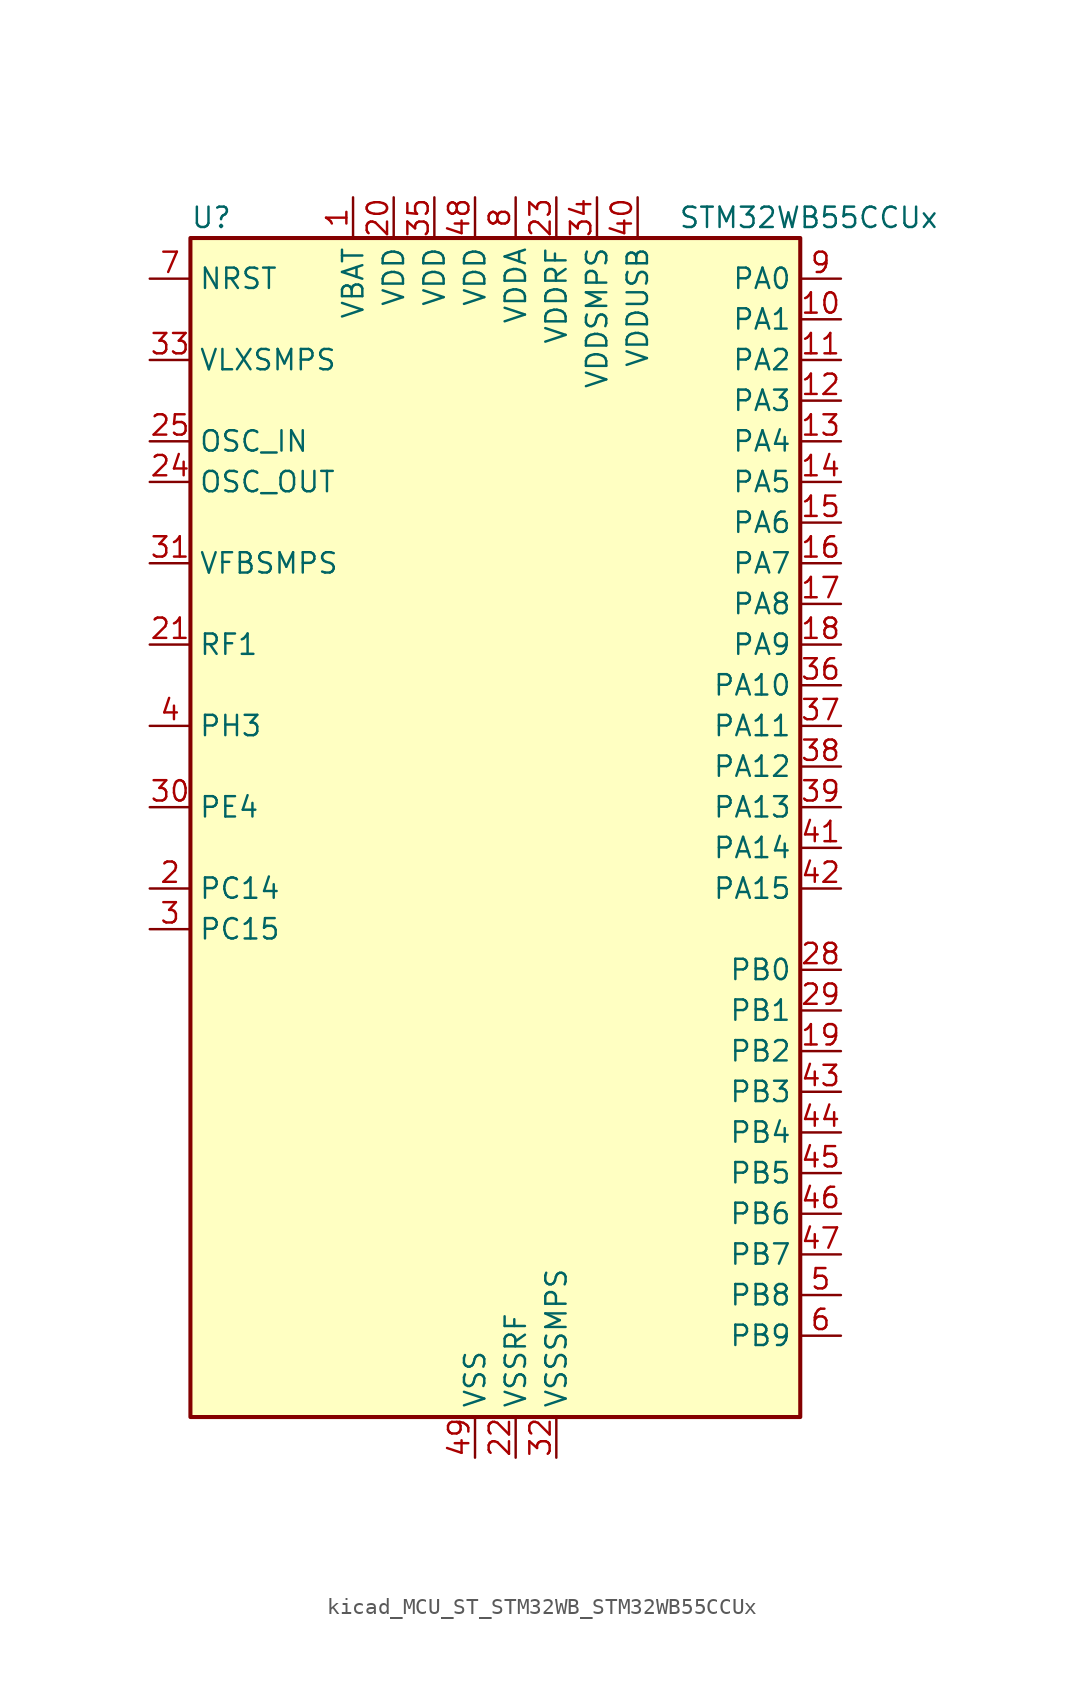
<source format=kicad_sym>
(kicad_symbol_lib
  (version 20220914)
  (generator kicad_symbol_editor)
  (symbol "kicad_MCU_ST_STM32WB_STM32WB55CCUx"
    (property "Reference" "U"
      (at -17.78 39.37 0)
      (effects (font (size 1.27 1.27)) (justify left)))
    (property "Value" "STM32WB55CCUx"
      (at 12.7 39.37 0)
      (effects (font (size 1.27 1.27)) (justify left)))
    (property "ki_locked" ""
      (at 0 0 0)
      (effects (font (size 1.27 1.27))))
    (symbol "kicad_MCU_ST_STM32WB_STM32WB55CCUx_0_1"
      (rectangle (start -17.78 -35.56) (end 20.32 38.1) (stroke (width 0.254) (type default)) (fill (type background))))
    (symbol "kicad_MCU_ST_STM32WB_STM32WB55CCUx_1_1"
      (pin power_in line (at -7.62 40.64 270) (length 2.54) (name "VBAT" (effects (font (size 1.27 1.27)))) (number "1" (effects (font (size 1.27 1.27)))))
      (pin bidirectional line (at 22.86 33.02 180) (length 2.54) (name "PA1" (effects (font (size 1.27 1.27)))) (number "10" (effects (font (size 1.27 1.27)))) (alternate "ADC1_IN6" bidirectional line) (alternate "COMP1_INP" bidirectional line) (alternate "I2C1_SMBA" bidirectional line) (alternate "LCD_SEG0" bidirectional line) (alternate "SPI1_SCK" bidirectional line) (alternate "TIM2_CH2" bidirectional line))
      (pin bidirectional line (at 22.86 30.48 180) (length 2.54) (name "PA2" (effects (font (size 1.27 1.27)))) (number "11" (effects (font (size 1.27 1.27)))) (alternate "ADC1_IN7" bidirectional line) (alternate "COMP2_INM" bidirectional line) (alternate "COMP2_OUT" bidirectional line) (alternate "LCD_SEG1" bidirectional line) (alternate "LPUART1_TX" bidirectional line) (alternate "QUADSPI_BK1_NCS" bidirectional line) (alternate "RCC_LSCO" bidirectional line) (alternate "SYS_WKUP4" bidirectional line) (alternate "TIM2_CH3" bidirectional line))
      (pin bidirectional line (at 22.86 27.94 180) (length 2.54) (name "PA3" (effects (font (size 1.27 1.27)))) (number "12" (effects (font (size 1.27 1.27)))) (alternate "ADC1_IN8" bidirectional line) (alternate "COMP2_INP" bidirectional line) (alternate "LCD_SEG2" bidirectional line) (alternate "LPUART1_RX" bidirectional line) (alternate "QUADSPI_CLK" bidirectional line) (alternate "SAI1_CK1" bidirectional line) (alternate "SAI1_MCLK_A" bidirectional line) (alternate "TIM2_CH4" bidirectional line))
      (pin bidirectional line (at 22.86 25.4 180) (length 2.54) (name "PA4" (effects (font (size 1.27 1.27)))) (number "13" (effects (font (size 1.27 1.27)))) (alternate "ADC1_IN9" bidirectional line) (alternate "COMP1_INM" bidirectional line) (alternate "COMP2_INM" bidirectional line) (alternate "LCD_SEG5" bidirectional line) (alternate "LPTIM2_OUT" bidirectional line) (alternate "SAI1_FS_B" bidirectional line) (alternate "SPI1_NSS" bidirectional line))
      (pin bidirectional line (at 22.86 22.86 180) (length 2.54) (name "PA5" (effects (font (size 1.27 1.27)))) (number "14" (effects (font (size 1.27 1.27)))) (alternate "ADC1_IN10" bidirectional line) (alternate "COMP1_INM" bidirectional line) (alternate "COMP2_INM" bidirectional line) (alternate "LPTIM2_ETR" bidirectional line) (alternate "SAI1_SD_B" bidirectional line) (alternate "SPI1_SCK" bidirectional line) (alternate "TIM2_CH1" bidirectional line) (alternate "TIM2_ETR" bidirectional line))
      (pin bidirectional line (at 22.86 20.32 180) (length 2.54) (name "PA6" (effects (font (size 1.27 1.27)))) (number "15" (effects (font (size 1.27 1.27)))) (alternate "ADC1_IN11" bidirectional line) (alternate "LCD_SEG3" bidirectional line) (alternate "LPUART1_CTS" bidirectional line) (alternate "QUADSPI_BK1_IO3" bidirectional line) (alternate "SPI1_MISO" bidirectional line) (alternate "TIM16_CH1" bidirectional line) (alternate "TIM1_BKIN" bidirectional line))
      (pin bidirectional line (at 22.86 17.78 180) (length 2.54) (name "PA7" (effects (font (size 1.27 1.27)))) (number "16" (effects (font (size 1.27 1.27)))) (alternate "ADC1_IN12" bidirectional line) (alternate "COMP2_OUT" bidirectional line) (alternate "I2C3_SCL" bidirectional line) (alternate "LCD_SEG4" bidirectional line) (alternate "QUADSPI_BK1_IO2" bidirectional line) (alternate "SPI1_MOSI" bidirectional line) (alternate "TIM17_CH1" bidirectional line) (alternate "TIM1_CH1N" bidirectional line))
      (pin bidirectional line (at 22.86 15.24 180) (length 2.54) (name "PA8" (effects (font (size 1.27 1.27)))) (number "17" (effects (font (size 1.27 1.27)))) (alternate "ADC1_IN15" bidirectional line) (alternate "LCD_COM0" bidirectional line) (alternate "LPTIM2_OUT" bidirectional line) (alternate "RCC_MCO" bidirectional line) (alternate "SAI1_CK2" bidirectional line) (alternate "SAI1_SCK_A" bidirectional line) (alternate "TIM1_CH1" bidirectional line) (alternate "USART1_CK" bidirectional line))
      (pin bidirectional line (at 22.86 12.7 180) (length 2.54) (name "PA9" (effects (font (size 1.27 1.27)))) (number "18" (effects (font (size 1.27 1.27)))) (alternate "ADC1_IN16" bidirectional line) (alternate "COMP1_INM" bidirectional line) (alternate "I2C1_SCL" bidirectional line) (alternate "LCD_COM1" bidirectional line) (alternate "SAI1_D2" bidirectional line) (alternate "SAI1_FS_A" bidirectional line) (alternate "TIM1_CH2" bidirectional line) (alternate "USART1_TX" bidirectional line))
      (pin bidirectional line (at 22.86 -12.7 180) (length 2.54) (name "PB2" (effects (font (size 1.27 1.27)))) (number "19" (effects (font (size 1.27 1.27)))) (alternate "COMP1_INP" bidirectional line) (alternate "I2C3_SMBA" bidirectional line) (alternate "LCD_VLCD" bidirectional line) (alternate "LPTIM1_OUT" bidirectional line) (alternate "RTC_OUT2" bidirectional line) (alternate "SAI1_EXTCLK" bidirectional line) (alternate "SPI1_NSS" bidirectional line))
      (pin bidirectional line (at -20.32 -2.54 0) (length 2.54) (name "PC14" (effects (font (size 1.27 1.27)))) (number "2" (effects (font (size 1.27 1.27)))) (alternate "RCC_OSC32_IN" bidirectional line))
      (pin power_in line (at -5.08 40.64 270) (length 2.54) (name "VDD" (effects (font (size 1.27 1.27)))) (number "20" (effects (font (size 1.27 1.27)))))
      (pin bidirectional line (at -20.32 12.7 0) (length 2.54) (name "RF1" (effects (font (size 1.27 1.27)))) (number "21" (effects (font (size 1.27 1.27)))) (alternate "RF_RF1" bidirectional line))
      (pin power_in line (at 2.54 -38.1 90) (length 2.54) (name "VSSRF" (effects (font (size 1.27 1.27)))) (number "22" (effects (font (size 1.27 1.27)))))
      (pin power_in line (at 5.08 40.64 270) (length 2.54) (name "VDDRF" (effects (font (size 1.27 1.27)))) (number "23" (effects (font (size 1.27 1.27)))))
      (pin input line (at -20.32 22.86 0) (length 2.54) (name "OSC_OUT" (effects (font (size 1.27 1.27)))) (number "24" (effects (font (size 1.27 1.27)))) (alternate "RCC_OSC_OUT" bidirectional line))
      (pin input line (at -20.32 25.4 0) (length 2.54) (name "OSC_IN" (effects (font (size 1.27 1.27)))) (number "25" (effects (font (size 1.27 1.27)))) (alternate "RCC_OSC_IN" bidirectional line))
      (pin no_connect line (at -17.78 -35.56 0) (length 2.54) hide (name "AT0" (effects (font (size 1.27 1.27)))) (number "26" (effects (font (size 1.27 1.27)))))
      (pin no_connect line (at -17.78 -33.02 0) (length 2.54) hide (name "AT1" (effects (font (size 1.27 1.27)))) (number "27" (effects (font (size 1.27 1.27)))))
      (pin bidirectional line (at 22.86 -7.62 180) (length 2.54) (name "PB0" (effects (font (size 1.27 1.27)))) (number "28" (effects (font (size 1.27 1.27)))) (alternate "COMP1_OUT" bidirectional line) (alternate "RF_TX_MOD_EXT_PA" bidirectional line))
      (pin bidirectional line (at 22.86 -10.16 180) (length 2.54) (name "PB1" (effects (font (size 1.27 1.27)))) (number "29" (effects (font (size 1.27 1.27)))) (alternate "LPTIM2_IN1" bidirectional line) (alternate "LPUART1_DE" bidirectional line) (alternate "LPUART1_RTS" bidirectional line))
      (pin bidirectional line (at -20.32 -5.08 0) (length 2.54) (name "PC15" (effects (font (size 1.27 1.27)))) (number "3" (effects (font (size 1.27 1.27)))) (alternate "ADC1_EXTI15" bidirectional line) (alternate "RCC_OSC32_OUT" bidirectional line))
      (pin bidirectional line (at -20.32 2.54 0) (length 2.54) (name "PE4" (effects (font (size 1.27 1.27)))) (number "30" (effects (font (size 1.27 1.27)))))
      (pin input line (at -20.32 17.78 0) (length 2.54) (name "VFBSMPS" (effects (font (size 1.27 1.27)))) (number "31" (effects (font (size 1.27 1.27)))))
      (pin power_in line (at 5.08 -38.1 90) (length 2.54) (name "VSSSMPS" (effects (font (size 1.27 1.27)))) (number "32" (effects (font (size 1.27 1.27)))))
      (pin power_in line (at -20.32 30.48 0) (length 2.54) (name "VLXSMPS" (effects (font (size 1.27 1.27)))) (number "33" (effects (font (size 1.27 1.27)))))
      (pin power_in line (at 7.62 40.64 270) (length 2.54) (name "VDDSMPS" (effects (font (size 1.27 1.27)))) (number "34" (effects (font (size 1.27 1.27)))))
      (pin power_in line (at -2.54 40.64 270) (length 2.54) (name "VDD" (effects (font (size 1.27 1.27)))) (number "35" (effects (font (size 1.27 1.27)))))
      (pin bidirectional line (at 22.86 10.16 180) (length 2.54) (name "PA10" (effects (font (size 1.27 1.27)))) (number "36" (effects (font (size 1.27 1.27)))) (alternate "CRS_SYNC" bidirectional line) (alternate "I2C1_SDA" bidirectional line) (alternate "LCD_COM2" bidirectional line) (alternate "SAI1_D1" bidirectional line) (alternate "SAI1_SD_A" bidirectional line) (alternate "TIM17_BKIN" bidirectional line) (alternate "TIM1_CH3" bidirectional line) (alternate "USART1_RX" bidirectional line))
      (pin bidirectional line (at 22.86 7.62 180) (length 2.54) (name "PA11" (effects (font (size 1.27 1.27)))) (number "37" (effects (font (size 1.27 1.27)))) (alternate "ADC1_EXTI11" bidirectional line) (alternate "SPI1_MISO" bidirectional line) (alternate "TIM1_BKIN2" bidirectional line) (alternate "TIM1_CH4" bidirectional line) (alternate "USART1_CTS" bidirectional line) (alternate "USART1_NSS" bidirectional line) (alternate "USB_DM" bidirectional line))
      (pin bidirectional line (at 22.86 5.08 180) (length 2.54) (name "PA12" (effects (font (size 1.27 1.27)))) (number "38" (effects (font (size 1.27 1.27)))) (alternate "LPUART1_RX" bidirectional line) (alternate "SPI1_MOSI" bidirectional line) (alternate "TIM1_ETR" bidirectional line) (alternate "USART1_DE" bidirectional line) (alternate "USART1_RTS" bidirectional line) (alternate "USB_DP" bidirectional line))
      (pin bidirectional line (at 22.86 2.54 180) (length 2.54) (name "PA13" (effects (font (size 1.27 1.27)))) (number "39" (effects (font (size 1.27 1.27)))) (alternate "IR_OUT" bidirectional line) (alternate "SAI1_SD_B" bidirectional line) (alternate "SYS_JTMS-SWDIO" bidirectional line) (alternate "USB_NOE" bidirectional line))
      (pin bidirectional line (at -20.32 7.62 0) (length 2.54) (name "PH3" (effects (font (size 1.27 1.27)))) (number "4" (effects (font (size 1.27 1.27)))) (alternate "RCC_LSCO" bidirectional line))
      (pin power_in line (at 10.16 40.64 270) (length 2.54) (name "VDDUSB" (effects (font (size 1.27 1.27)))) (number "40" (effects (font (size 1.27 1.27)))))
      (pin bidirectional line (at 22.86 0 180) (length 2.54) (name "PA14" (effects (font (size 1.27 1.27)))) (number "41" (effects (font (size 1.27 1.27)))) (alternate "I2C1_SMBA" bidirectional line) (alternate "LCD_SEG5" bidirectional line) (alternate "LPTIM1_OUT" bidirectional line) (alternate "SAI1_FS_B" bidirectional line) (alternate "SYS_JTCK-SWCLK" bidirectional line))
      (pin bidirectional line (at 22.86 -2.54 180) (length 2.54) (name "PA15" (effects (font (size 1.27 1.27)))) (number "42" (effects (font (size 1.27 1.27)))) (alternate "ADC1_EXTI15" bidirectional line) (alternate "LCD_SEG17" bidirectional line) (alternate "RCC_MCO" bidirectional line) (alternate "SPI1_NSS" bidirectional line) (alternate "SYS_JTDI" bidirectional line) (alternate "TIM2_CH1" bidirectional line) (alternate "TIM2_ETR" bidirectional line))
      (pin bidirectional line (at 22.86 -15.24 180) (length 2.54) (name "PB3" (effects (font (size 1.27 1.27)))) (number "43" (effects (font (size 1.27 1.27)))) (alternate "COMP2_INM" bidirectional line) (alternate "LCD_SEG7" bidirectional line) (alternate "SAI1_SCK_B" bidirectional line) (alternate "SPI1_SCK" bidirectional line) (alternate "SYS_JTDO-SWO" bidirectional line) (alternate "TIM2_CH2" bidirectional line) (alternate "USART1_DE" bidirectional line) (alternate "USART1_RTS" bidirectional line))
      (pin bidirectional line (at 22.86 -17.78 180) (length 2.54) (name "PB4" (effects (font (size 1.27 1.27)))) (number "44" (effects (font (size 1.27 1.27)))) (alternate "COMP2_INP" bidirectional line) (alternate "I2C3_SDA" bidirectional line) (alternate "LCD_SEG8" bidirectional line) (alternate "SAI1_MCLK_B" bidirectional line) (alternate "SPI1_MISO" bidirectional line) (alternate "SYS_JTRST" bidirectional line) (alternate "TIM17_BKIN" bidirectional line) (alternate "USART1_CTS" bidirectional line) (alternate "USART1_NSS" bidirectional line))
      (pin bidirectional line (at 22.86 -20.32 180) (length 2.54) (name "PB5" (effects (font (size 1.27 1.27)))) (number "45" (effects (font (size 1.27 1.27)))) (alternate "COMP2_OUT" bidirectional line) (alternate "I2C1_SMBA" bidirectional line) (alternate "LCD_SEG9" bidirectional line) (alternate "LPTIM1_IN1" bidirectional line) (alternate "LPUART1_TX" bidirectional line) (alternate "SAI1_SD_B" bidirectional line) (alternate "SPI1_MOSI" bidirectional line) (alternate "TIM16_BKIN" bidirectional line) (alternate "USART1_CK" bidirectional line))
      (pin bidirectional line (at 22.86 -22.86 180) (length 2.54) (name "PB6" (effects (font (size 1.27 1.27)))) (number "46" (effects (font (size 1.27 1.27)))) (alternate "COMP2_INP" bidirectional line) (alternate "I2C1_SCL" bidirectional line) (alternate "LCD_SEG6" bidirectional line) (alternate "LPTIM1_ETR" bidirectional line) (alternate "RCC_MCO" bidirectional line) (alternate "SAI1_FS_B" bidirectional line) (alternate "TIM16_CH1N" bidirectional line) (alternate "USART1_TX" bidirectional line))
      (pin bidirectional line (at 22.86 -25.4 180) (length 2.54) (name "PB7" (effects (font (size 1.27 1.27)))) (number "47" (effects (font (size 1.27 1.27)))) (alternate "COMP2_INM" bidirectional line) (alternate "I2C1_SDA" bidirectional line) (alternate "LCD_SEG21" bidirectional line) (alternate "LPTIM1_IN2" bidirectional line) (alternate "SYS_PVD_IN" bidirectional line) (alternate "TIM17_CH1N" bidirectional line) (alternate "TIM1_BKIN" bidirectional line) (alternate "USART1_RX" bidirectional line))
      (pin power_in line (at 0 40.64 270) (length 2.54) (name "VDD" (effects (font (size 1.27 1.27)))) (number "48" (effects (font (size 1.27 1.27)))))
      (pin power_in line (at 0 -38.1 90) (length 2.54) (name "VSS" (effects (font (size 1.27 1.27)))) (number "49" (effects (font (size 1.27 1.27)))))
      (pin bidirectional line (at 22.86 -27.94 180) (length 2.54) (name "PB8" (effects (font (size 1.27 1.27)))) (number "5" (effects (font (size 1.27 1.27)))) (alternate "I2C1_SCL" bidirectional line) (alternate "LCD_SEG16" bidirectional line) (alternate "QUADSPI_BK1_IO1" bidirectional line) (alternate "SAI1_CK1" bidirectional line) (alternate "SAI1_MCLK_A" bidirectional line) (alternate "TIM16_CH1" bidirectional line) (alternate "TIM1_CH2N" bidirectional line))
      (pin bidirectional line (at 22.86 -30.48 180) (length 2.54) (name "PB9" (effects (font (size 1.27 1.27)))) (number "6" (effects (font (size 1.27 1.27)))) (alternate "I2C1_SDA" bidirectional line) (alternate "IR_OUT" bidirectional line) (alternate "LCD_COM3" bidirectional line) (alternate "QUADSPI_BK1_IO0" bidirectional line) (alternate "SAI1_D2" bidirectional line) (alternate "SAI1_FS_A" bidirectional line) (alternate "TIM17_CH1" bidirectional line) (alternate "TIM1_CH3N" bidirectional line))
      (pin input line (at -20.32 35.56 0) (length 2.54) (name "NRST" (effects (font (size 1.27 1.27)))) (number "7" (effects (font (size 1.27 1.27)))))
      (pin power_in line (at 2.54 40.64 270) (length 2.54) (name "VDDA" (effects (font (size 1.27 1.27)))) (number "8" (effects (font (size 1.27 1.27)))))
      (pin bidirectional line (at 22.86 35.56 180) (length 2.54) (name "PA0" (effects (font (size 1.27 1.27)))) (number "9" (effects (font (size 1.27 1.27)))) (alternate "ADC1_IN5" bidirectional line) (alternate "COMP1_INM" bidirectional line) (alternate "COMP1_OUT" bidirectional line) (alternate "RTC_TAMP2" bidirectional line) (alternate "SAI1_EXTCLK" bidirectional line) (alternate "SYS_WKUP1" bidirectional line) (alternate "TIM2_CH1" bidirectional line) (alternate "TIM2_ETR" bidirectional line)))))
</source>
